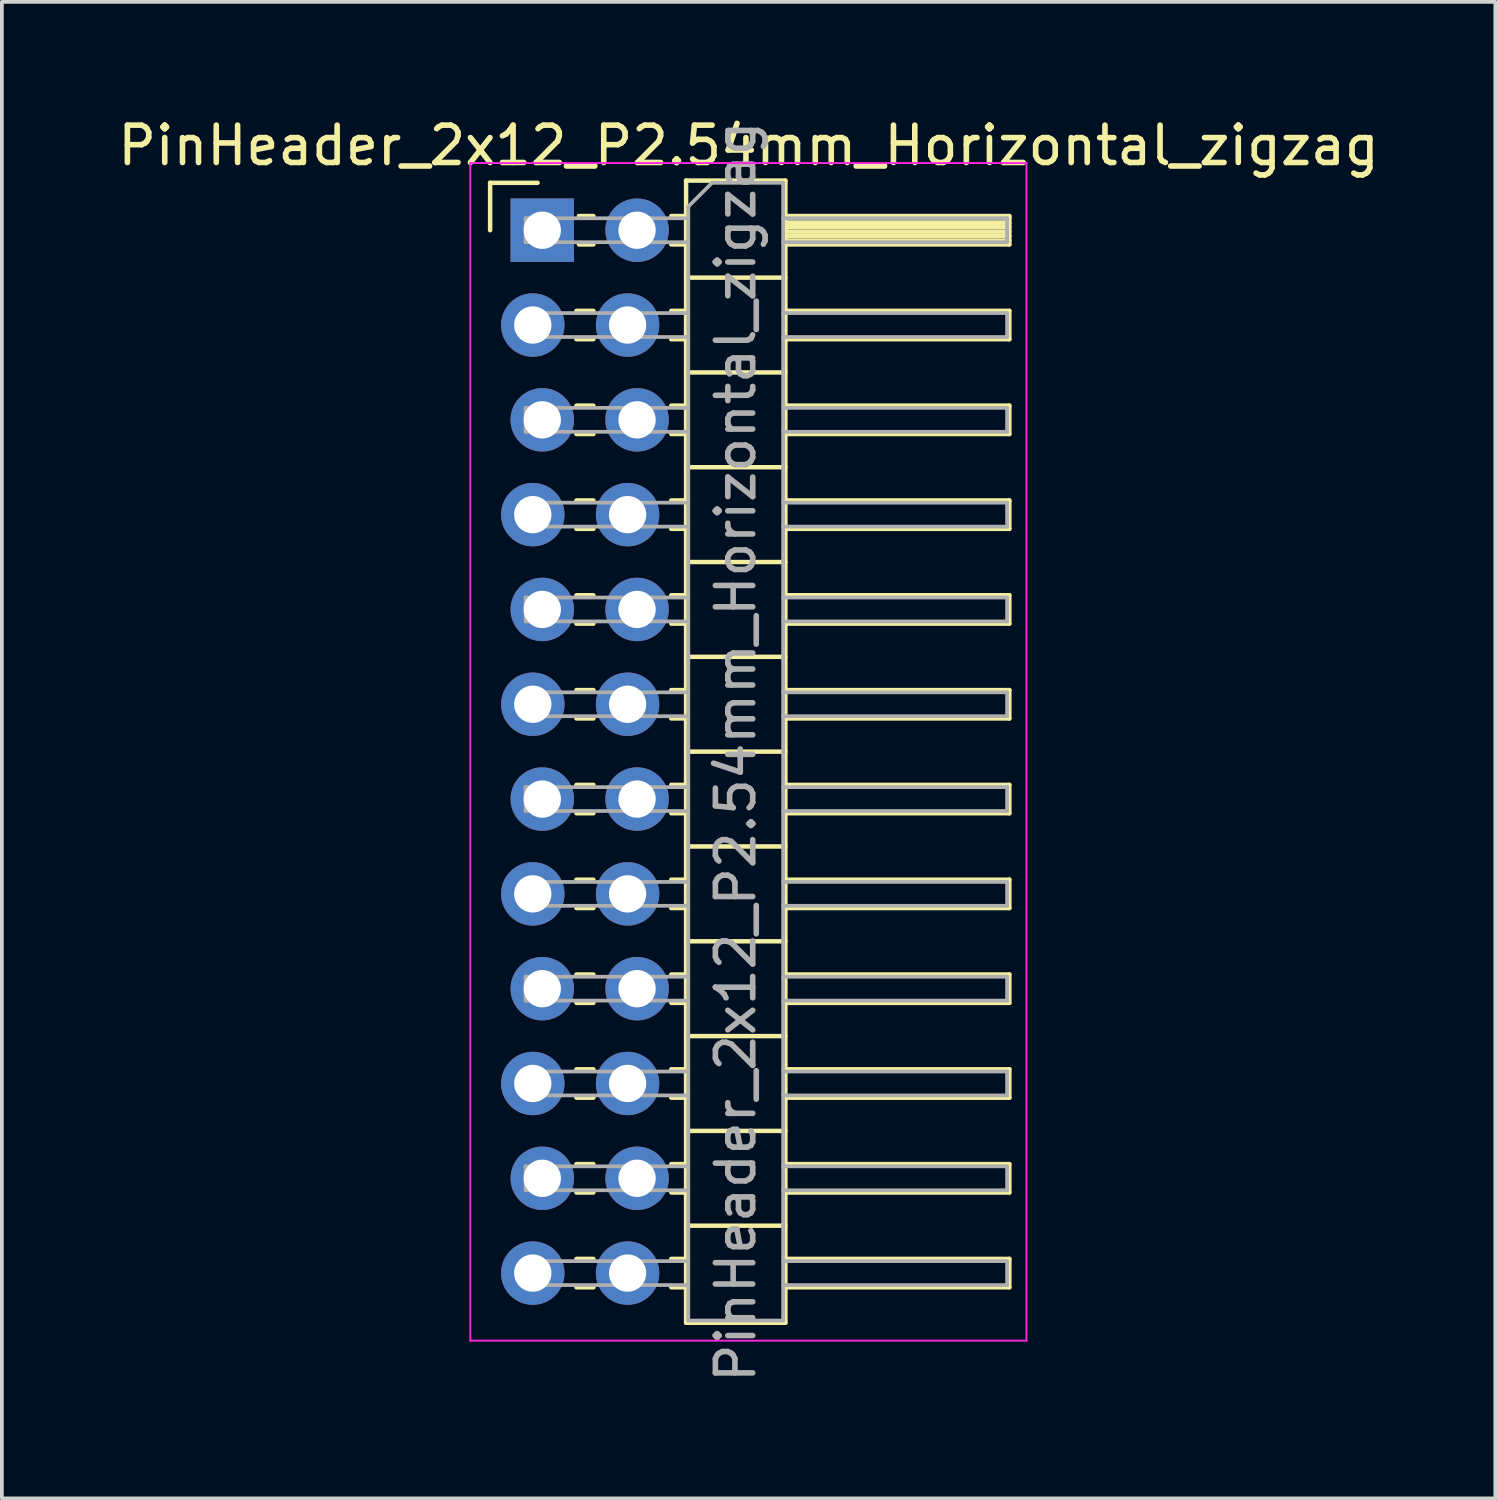
<source format=kicad_pcb>
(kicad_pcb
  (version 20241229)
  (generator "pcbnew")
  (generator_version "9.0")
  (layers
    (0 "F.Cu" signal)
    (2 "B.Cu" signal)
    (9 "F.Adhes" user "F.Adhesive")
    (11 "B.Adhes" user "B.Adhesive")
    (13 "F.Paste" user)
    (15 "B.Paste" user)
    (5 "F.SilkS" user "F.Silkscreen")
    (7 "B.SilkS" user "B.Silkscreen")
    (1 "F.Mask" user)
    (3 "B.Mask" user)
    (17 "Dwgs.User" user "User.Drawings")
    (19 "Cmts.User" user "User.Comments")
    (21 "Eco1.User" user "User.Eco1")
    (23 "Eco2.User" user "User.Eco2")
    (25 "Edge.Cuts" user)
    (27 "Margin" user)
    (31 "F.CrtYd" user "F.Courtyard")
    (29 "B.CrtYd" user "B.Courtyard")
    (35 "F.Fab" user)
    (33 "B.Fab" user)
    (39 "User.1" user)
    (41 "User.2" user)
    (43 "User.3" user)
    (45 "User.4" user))
  (footprint "PinHeader_2x12_P2.54mm_Horizontal_zigzag"
    (layer "F.Cu")
    (at 11.351 3.118)
    (property "Reference" "PinHeader_2x12_P2.54mm_Horizontal_zigzag" (at 5.655 -2.27 0) (layer "F.SilkS") (effects (font (size 1 1) (thickness 0.15))))
    (attr through_hole)
    (fp_line (start -1.27 -1.27) (end 0 -1.27) (stroke (width 0.12) (type solid)) (layer "F.SilkS"))
    (fp_line (start -1.27 0) (end -1.27 -1.27) (stroke (width 0.12) (type solid)) (layer "F.SilkS"))
    (fp_line (start 1.043 2.16) (end 1.497 2.16) (stroke (width 0.12) (type solid)) (layer "F.SilkS"))
    (fp_line (start 1.043 2.92) (end 1.497 2.92) (stroke (width 0.12) (type solid)) (layer "F.SilkS"))
    (fp_line (start 1.043 4.7) (end 1.497 4.7) (stroke (width 0.12) (type solid)) (layer "F.SilkS"))
    (fp_line (start 1.043 5.46) (end 1.497 5.46) (stroke (width 0.12) (type solid)) (layer "F.SilkS"))
    (fp_line (start 1.043 7.24) (end 1.497 7.24) (stroke (width 0.12) (type solid)) (layer "F.SilkS"))
    (fp_line (start 1.043 8) (end 1.497 8) (stroke (width 0.12) (type solid)) (layer "F.SilkS"))
    (fp_line (start 1.043 9.78) (end 1.497 9.78) (stroke (width 0.12) (type solid)) (layer "F.SilkS"))
    (fp_line (start 1.043 10.54) (end 1.497 10.54) (stroke (width 0.12) (type solid)) (layer "F.SilkS"))
    (fp_line (start 1.043 12.32) (end 1.497 12.32) (stroke (width 0.12) (type solid)) (layer "F.SilkS"))
    (fp_line (start 1.043 13.08) (end 1.497 13.08) (stroke (width 0.12) (type solid)) (layer "F.SilkS"))
    (fp_line (start 1.043 14.86) (end 1.497 14.86) (stroke (width 0.12) (type solid)) (layer "F.SilkS"))
    (fp_line (start 1.043 15.62) (end 1.497 15.62) (stroke (width 0.12) (type solid)) (layer "F.SilkS"))
    (fp_line (start 1.043 17.4) (end 1.497 17.4) (stroke (width 0.12) (type solid)) (layer "F.SilkS"))
    (fp_line (start 1.043 18.16) (end 1.497 18.16) (stroke (width 0.12) (type solid)) (layer "F.SilkS"))
    (fp_line (start 1.043 19.94) (end 1.497 19.94) (stroke (width 0.12) (type solid)) (layer "F.SilkS"))
    (fp_line (start 1.043 20.7) (end 1.497 20.7) (stroke (width 0.12) (type solid)) (layer "F.SilkS"))
    (fp_line (start 1.043 22.48) (end 1.497 22.48) (stroke (width 0.12) (type solid)) (layer "F.SilkS"))
    (fp_line (start 1.043 23.24) (end 1.497 23.24) (stroke (width 0.12) (type solid)) (layer "F.SilkS"))
    (fp_line (start 1.043 25.02) (end 1.497 25.02) (stroke (width 0.12) (type solid)) (layer "F.SilkS"))
    (fp_line (start 1.043 25.78) (end 1.497 25.78) (stroke (width 0.12) (type solid)) (layer "F.SilkS"))
    (fp_line (start 1.043 27.56) (end 1.497 27.56) (stroke (width 0.12) (type solid)) (layer "F.SilkS"))
    (fp_line (start 1.043 28.32) (end 1.497 28.32) (stroke (width 0.12) (type solid)) (layer "F.SilkS"))
    (fp_line (start 1.11 -0.38) (end 1.497 -0.38) (stroke (width 0.12) (type solid)) (layer "F.SilkS"))
    (fp_line (start 1.11 0.38) (end 1.497 0.38) (stroke (width 0.12) (type solid)) (layer "F.SilkS"))
    (fp_line (start 3.583 -0.38) (end 3.98 -0.38) (stroke (width 0.12) (type solid)) (layer "F.SilkS"))
    (fp_line (start 3.583 0.38) (end 3.98 0.38) (stroke (width 0.12) (type solid)) (layer "F.SilkS"))
    (fp_line (start 3.583 2.16) (end 3.98 2.16) (stroke (width 0.12) (type solid)) (layer "F.SilkS"))
    (fp_line (start 3.583 2.92) (end 3.98 2.92) (stroke (width 0.12) (type solid)) (layer "F.SilkS"))
    (fp_line (start 3.583 4.7) (end 3.98 4.7) (stroke (width 0.12) (type solid)) (layer "F.SilkS"))
    (fp_line (start 3.583 5.46) (end 3.98 5.46) (stroke (width 0.12) (type solid)) (layer "F.SilkS"))
    (fp_line (start 3.583 7.24) (end 3.98 7.24) (stroke (width 0.12) (type solid)) (layer "F.SilkS"))
    (fp_line (start 3.583 8) (end 3.98 8) (stroke (width 0.12) (type solid)) (layer "F.SilkS"))
    (fp_line (start 3.583 9.78) (end 3.98 9.78) (stroke (width 0.12) (type solid)) (layer "F.SilkS"))
    (fp_line (start 3.583 10.54) (end 3.98 10.54) (stroke (width 0.12) (type solid)) (layer "F.SilkS"))
    (fp_line (start 3.583 12.32) (end 3.98 12.32) (stroke (width 0.12) (type solid)) (layer "F.SilkS"))
    (fp_line (start 3.583 13.08) (end 3.98 13.08) (stroke (width 0.12) (type solid)) (layer "F.SilkS"))
    (fp_line (start 3.583 14.86) (end 3.98 14.86) (stroke (width 0.12) (type solid)) (layer "F.SilkS"))
    (fp_line (start 3.583 15.62) (end 3.98 15.62) (stroke (width 0.12) (type solid)) (layer "F.SilkS"))
    (fp_line (start 3.583 17.4) (end 3.98 17.4) (stroke (width 0.12) (type solid)) (layer "F.SilkS"))
    (fp_line (start 3.583 18.16) (end 3.98 18.16) (stroke (width 0.12) (type solid)) (layer "F.SilkS"))
    (fp_line (start 3.583 19.94) (end 3.98 19.94) (stroke (width 0.12) (type solid)) (layer "F.SilkS"))
    (fp_line (start 3.583 20.7) (end 3.98 20.7) (stroke (width 0.12) (type solid)) (layer "F.SilkS"))
    (fp_line (start 3.583 22.48) (end 3.98 22.48) (stroke (width 0.12) (type solid)) (layer "F.SilkS"))
    (fp_line (start 3.583 23.24) (end 3.98 23.24) (stroke (width 0.12) (type solid)) (layer "F.SilkS"))
    (fp_line (start 3.583 25.02) (end 3.98 25.02) (stroke (width 0.12) (type solid)) (layer "F.SilkS"))
    (fp_line (start 3.583 25.78) (end 3.98 25.78) (stroke (width 0.12) (type solid)) (layer "F.SilkS"))
    (fp_line (start 3.583 27.56) (end 3.98 27.56) (stroke (width 0.12) (type solid)) (layer "F.SilkS"))
    (fp_line (start 3.583 28.32) (end 3.98 28.32) (stroke (width 0.12) (type solid)) (layer "F.SilkS"))
    (fp_line (start 3.98 -1.33) (end 3.98 29.27) (stroke (width 0.12) (type solid)) (layer "F.SilkS"))
    (fp_line (start 3.98 1.27) (end 6.64 1.27) (stroke (width 0.12) (type solid)) (layer "F.SilkS"))
    (fp_line (start 3.98 3.81) (end 6.64 3.81) (stroke (width 0.12) (type solid)) (layer "F.SilkS"))
    (fp_line (start 3.98 6.35) (end 6.64 6.35) (stroke (width 0.12) (type solid)) (layer "F.SilkS"))
    (fp_line (start 3.98 8.89) (end 6.64 8.89) (stroke (width 0.12) (type solid)) (layer "F.SilkS"))
    (fp_line (start 3.98 11.43) (end 6.64 11.43) (stroke (width 0.12) (type solid)) (layer "F.SilkS"))
    (fp_line (start 3.98 13.97) (end 6.64 13.97) (stroke (width 0.12) (type solid)) (layer "F.SilkS"))
    (fp_line (start 3.98 16.51) (end 6.64 16.51) (stroke (width 0.12) (type solid)) (layer "F.SilkS"))
    (fp_line (start 3.98 19.05) (end 6.64 19.05) (stroke (width 0.12) (type solid)) (layer "F.SilkS"))
    (fp_line (start 3.98 21.59) (end 6.64 21.59) (stroke (width 0.12) (type solid)) (layer "F.SilkS"))
    (fp_line (start 3.98 24.13) (end 6.64 24.13) (stroke (width 0.12) (type solid)) (layer "F.SilkS"))
    (fp_line (start 3.98 26.67) (end 6.64 26.67) (stroke (width 0.12) (type solid)) (layer "F.SilkS"))
    (fp_line (start 3.98 29.27) (end 6.64 29.27) (stroke (width 0.12) (type solid)) (layer "F.SilkS"))
    (fp_line (start 6.64 -1.33) (end 3.98 -1.33) (stroke (width 0.12) (type solid)) (layer "F.SilkS"))
    (fp_line (start 6.64 -0.38) (end 12.64 -0.38) (stroke (width 0.12) (type solid)) (layer "F.SilkS"))
    (fp_line (start 6.64 -0.32) (end 12.64 -0.32) (stroke (width 0.12) (type solid)) (layer "F.SilkS"))
    (fp_line (start 6.64 -0.2) (end 12.64 -0.2) (stroke (width 0.12) (type solid)) (layer "F.SilkS"))
    (fp_line (start 6.64 -0.08) (end 12.64 -0.08) (stroke (width 0.12) (type solid)) (layer "F.SilkS"))
    (fp_line (start 6.64 0.04) (end 12.64 0.04) (stroke (width 0.12) (type solid)) (layer "F.SilkS"))
    (fp_line (start 6.64 0.16) (end 12.64 0.16) (stroke (width 0.12) (type solid)) (layer "F.SilkS"))
    (fp_line (start 6.64 0.28) (end 12.64 0.28) (stroke (width 0.12) (type solid)) (layer "F.SilkS"))
    (fp_line (start 6.64 2.16) (end 12.64 2.16) (stroke (width 0.12) (type solid)) (layer "F.SilkS"))
    (fp_line (start 6.64 4.7) (end 12.64 4.7) (stroke (width 0.12) (type solid)) (layer "F.SilkS"))
    (fp_line (start 6.64 7.24) (end 12.64 7.24) (stroke (width 0.12) (type solid)) (layer "F.SilkS"))
    (fp_line (start 6.64 9.78) (end 12.64 9.78) (stroke (width 0.12) (type solid)) (layer "F.SilkS"))
    (fp_line (start 6.64 12.32) (end 12.64 12.32) (stroke (width 0.12) (type solid)) (layer "F.SilkS"))
    (fp_line (start 6.64 14.86) (end 12.64 14.86) (stroke (width 0.12) (type solid)) (layer "F.SilkS"))
    (fp_line (start 6.64 17.4) (end 12.64 17.4) (stroke (width 0.12) (type solid)) (layer "F.SilkS"))
    (fp_line (start 6.64 19.94) (end 12.64 19.94) (stroke (width 0.12) (type solid)) (layer "F.SilkS"))
    (fp_line (start 6.64 22.48) (end 12.64 22.48) (stroke (width 0.12) (type solid)) (layer "F.SilkS"))
    (fp_line (start 6.64 25.02) (end 12.64 25.02) (stroke (width 0.12) (type solid)) (layer "F.SilkS"))
    (fp_line (start 6.64 27.56) (end 12.64 27.56) (stroke (width 0.12) (type solid)) (layer "F.SilkS"))
    (fp_line (start 6.64 29.27) (end 6.64 -1.33) (stroke (width 0.12) (type solid)) (layer "F.SilkS"))
    (fp_line (start 12.64 -0.38) (end 12.64 0.38) (stroke (width 0.12) (type solid)) (layer "F.SilkS"))
    (fp_line (start 12.64 0.38) (end 6.64 0.38) (stroke (width 0.12) (type solid)) (layer "F.SilkS"))
    (fp_line (start 12.64 2.16) (end 12.64 2.92) (stroke (width 0.12) (type solid)) (layer "F.SilkS"))
    (fp_line (start 12.64 2.92) (end 6.64 2.92) (stroke (width 0.12) (type solid)) (layer "F.SilkS"))
    (fp_line (start 12.64 4.7) (end 12.64 5.46) (stroke (width 0.12) (type solid)) (layer "F.SilkS"))
    (fp_line (start 12.64 5.46) (end 6.64 5.46) (stroke (width 0.12) (type solid)) (layer "F.SilkS"))
    (fp_line (start 12.64 7.24) (end 12.64 8) (stroke (width 0.12) (type solid)) (layer "F.SilkS"))
    (fp_line (start 12.64 8) (end 6.64 8) (stroke (width 0.12) (type solid)) (layer "F.SilkS"))
    (fp_line (start 12.64 9.78) (end 12.64 10.54) (stroke (width 0.12) (type solid)) (layer "F.SilkS"))
    (fp_line (start 12.64 10.54) (end 6.64 10.54) (stroke (width 0.12) (type solid)) (layer "F.SilkS"))
    (fp_line (start 12.64 12.32) (end 12.64 13.08) (stroke (width 0.12) (type solid)) (layer "F.SilkS"))
    (fp_line (start 12.64 13.08) (end 6.64 13.08) (stroke (width 0.12) (type solid)) (layer "F.SilkS"))
    (fp_line (start 12.64 14.86) (end 12.64 15.62) (stroke (width 0.12) (type solid)) (layer "F.SilkS"))
    (fp_line (start 12.64 15.62) (end 6.64 15.62) (stroke (width 0.12) (type solid)) (layer "F.SilkS"))
    (fp_line (start 12.64 17.4) (end 12.64 18.16) (stroke (width 0.12) (type solid)) (layer "F.SilkS"))
    (fp_line (start 12.64 18.16) (end 6.64 18.16) (stroke (width 0.12) (type solid)) (layer "F.SilkS"))
    (fp_line (start 12.64 19.94) (end 12.64 20.7) (stroke (width 0.12) (type solid)) (layer "F.SilkS"))
    (fp_line (start 12.64 20.7) (end 6.64 20.7) (stroke (width 0.12) (type solid)) (layer "F.SilkS"))
    (fp_line (start 12.64 22.48) (end 12.64 23.24) (stroke (width 0.12) (type solid)) (layer "F.SilkS"))
    (fp_line (start 12.64 23.24) (end 6.64 23.24) (stroke (width 0.12) (type solid)) (layer "F.SilkS"))
    (fp_line (start 12.64 25.02) (end 12.64 25.78) (stroke (width 0.12) (type solid)) (layer "F.SilkS"))
    (fp_line (start 12.64 25.78) (end 6.64 25.78) (stroke (width 0.12) (type solid)) (layer "F.SilkS"))
    (fp_line (start 12.64 27.56) (end 12.64 28.32) (stroke (width 0.12) (type solid)) (layer "F.SilkS"))
    (fp_line (start 12.64 28.32) (end 6.64 28.32) (stroke (width 0.12) (type solid)) (layer "F.SilkS"))
    (fp_line (start -1.8 -1.8) (end -1.8 29.75) (stroke (width 0.05) (type solid)) (layer "F.CrtYd"))
    (fp_line (start -1.8 29.75) (end 13.1 29.75) (stroke (width 0.05) (type solid)) (layer "F.CrtYd"))
    (fp_line (start 13.1 -1.8) (end -1.8 -1.8) (stroke (width 0.05) (type solid)) (layer "F.CrtYd"))
    (fp_line (start 13.1 29.75) (end 13.1 -1.8) (stroke (width 0.05) (type solid)) (layer "F.CrtYd"))
    (fp_line (start -0.32 -0.32) (end -0.32 0.32) (stroke (width 0.1) (type solid)) (layer "F.Fab"))
    (fp_line (start -0.32 -0.32) (end 4.04 -0.32) (stroke (width 0.1) (type solid)) (layer "F.Fab"))
    (fp_line (start -0.32 0.32) (end 4.04 0.32) (stroke (width 0.1) (type solid)) (layer "F.Fab"))
    (fp_line (start -0.32 2.22) (end -0.32 2.86) (stroke (width 0.1) (type solid)) (layer "F.Fab"))
    (fp_line (start -0.32 2.22) (end 4.04 2.22) (stroke (width 0.1) (type solid)) (layer "F.Fab"))
    (fp_line (start -0.32 2.86) (end 4.04 2.86) (stroke (width 0.1) (type solid)) (layer "F.Fab"))
    (fp_line (start -0.32 4.76) (end -0.32 5.4) (stroke (width 0.1) (type solid)) (layer "F.Fab"))
    (fp_line (start -0.32 4.76) (end 4.04 4.76) (stroke (width 0.1) (type solid)) (layer "F.Fab"))
    (fp_line (start -0.32 5.4) (end 4.04 5.4) (stroke (width 0.1) (type solid)) (layer "F.Fab"))
    (fp_line (start -0.32 7.3) (end -0.32 7.94) (stroke (width 0.1) (type solid)) (layer "F.Fab"))
    (fp_line (start -0.32 7.3) (end 4.04 7.3) (stroke (width 0.1) (type solid)) (layer "F.Fab"))
    (fp_line (start -0.32 7.94) (end 4.04 7.94) (stroke (width 0.1) (type solid)) (layer "F.Fab"))
    (fp_line (start -0.32 9.84) (end -0.32 10.48) (stroke (width 0.1) (type solid)) (layer "F.Fab"))
    (fp_line (start -0.32 9.84) (end 4.04 9.84) (stroke (width 0.1) (type solid)) (layer "F.Fab"))
    (fp_line (start -0.32 10.48) (end 4.04 10.48) (stroke (width 0.1) (type solid)) (layer "F.Fab"))
    (fp_line (start -0.32 12.38) (end -0.32 13.02) (stroke (width 0.1) (type solid)) (layer "F.Fab"))
    (fp_line (start -0.32 12.38) (end 4.04 12.38) (stroke (width 0.1) (type solid)) (layer "F.Fab"))
    (fp_line (start -0.32 13.02) (end 4.04 13.02) (stroke (width 0.1) (type solid)) (layer "F.Fab"))
    (fp_line (start -0.32 14.92) (end -0.32 15.56) (stroke (width 0.1) (type solid)) (layer "F.Fab"))
    (fp_line (start -0.32 14.92) (end 4.04 14.92) (stroke (width 0.1) (type solid)) (layer "F.Fab"))
    (fp_line (start -0.32 15.56) (end 4.04 15.56) (stroke (width 0.1) (type solid)) (layer "F.Fab"))
    (fp_line (start -0.32 17.46) (end -0.32 18.1) (stroke (width 0.1) (type solid)) (layer "F.Fab"))
    (fp_line (start -0.32 17.46) (end 4.04 17.46) (stroke (width 0.1) (type solid)) (layer "F.Fab"))
    (fp_line (start -0.32 18.1) (end 4.04 18.1) (stroke (width 0.1) (type solid)) (layer "F.Fab"))
    (fp_line (start -0.32 20) (end -0.32 20.64) (stroke (width 0.1) (type solid)) (layer "F.Fab"))
    (fp_line (start -0.32 20) (end 4.04 20) (stroke (width 0.1) (type solid)) (layer "F.Fab"))
    (fp_line (start -0.32 20.64) (end 4.04 20.64) (stroke (width 0.1) (type solid)) (layer "F.Fab"))
    (fp_line (start -0.32 22.54) (end -0.32 23.18) (stroke (width 0.1) (type solid)) (layer "F.Fab"))
    (fp_line (start -0.32 22.54) (end 4.04 22.54) (stroke (width 0.1) (type solid)) (layer "F.Fab"))
    (fp_line (start -0.32 23.18) (end 4.04 23.18) (stroke (width 0.1) (type solid)) (layer "F.Fab"))
    (fp_line (start -0.32 25.08) (end -0.32 25.72) (stroke (width 0.1) (type solid)) (layer "F.Fab"))
    (fp_line (start -0.32 25.08) (end 4.04 25.08) (stroke (width 0.1) (type solid)) (layer "F.Fab"))
    (fp_line (start -0.32 25.72) (end 4.04 25.72) (stroke (width 0.1) (type solid)) (layer "F.Fab"))
    (fp_line (start -0.32 27.62) (end -0.32 28.26) (stroke (width 0.1) (type solid)) (layer "F.Fab"))
    (fp_line (start -0.32 27.62) (end 4.04 27.62) (stroke (width 0.1) (type solid)) (layer "F.Fab"))
    (fp_line (start -0.32 28.26) (end 4.04 28.26) (stroke (width 0.1) (type solid)) (layer "F.Fab"))
    (fp_line (start 4.04 -0.635) (end 4.675 -1.27) (stroke (width 0.1) (type solid)) (layer "F.Fab"))
    (fp_line (start 4.04 29.21) (end 4.04 -0.635) (stroke (width 0.1) (type solid)) (layer "F.Fab"))
    (fp_line (start 4.675 -1.27) (end 6.58 -1.27) (stroke (width 0.1) (type solid)) (layer "F.Fab"))
    (fp_line (start 6.58 -1.27) (end 6.58 29.21) (stroke (width 0.1) (type solid)) (layer "F.Fab"))
    (fp_line (start 6.58 -0.32) (end 12.58 -0.32) (stroke (width 0.1) (type solid)) (layer "F.Fab"))
    (fp_line (start 6.58 0.32) (end 12.58 0.32) (stroke (width 0.1) (type solid)) (layer "F.Fab"))
    (fp_line (start 6.58 2.22) (end 12.58 2.22) (stroke (width 0.1) (type solid)) (layer "F.Fab"))
    (fp_line (start 6.58 2.86) (end 12.58 2.86) (stroke (width 0.1) (type solid)) (layer "F.Fab"))
    (fp_line (start 6.58 4.76) (end 12.58 4.76) (stroke (width 0.1) (type solid)) (layer "F.Fab"))
    (fp_line (start 6.58 5.4) (end 12.58 5.4) (stroke (width 0.1) (type solid)) (layer "F.Fab"))
    (fp_line (start 6.58 7.3) (end 12.58 7.3) (stroke (width 0.1) (type solid)) (layer "F.Fab"))
    (fp_line (start 6.58 7.94) (end 12.58 7.94) (stroke (width 0.1) (type solid)) (layer "F.Fab"))
    (fp_line (start 6.58 9.84) (end 12.58 9.84) (stroke (width 0.1) (type solid)) (layer "F.Fab"))
    (fp_line (start 6.58 10.48) (end 12.58 10.48) (stroke (width 0.1) (type solid)) (layer "F.Fab"))
    (fp_line (start 6.58 12.38) (end 12.58 12.38) (stroke (width 0.1) (type solid)) (layer "F.Fab"))
    (fp_line (start 6.58 13.02) (end 12.58 13.02) (stroke (width 0.1) (type solid)) (layer "F.Fab"))
    (fp_line (start 6.58 14.92) (end 12.58 14.92) (stroke (width 0.1) (type solid)) (layer "F.Fab"))
    (fp_line (start 6.58 15.56) (end 12.58 15.56) (stroke (width 0.1) (type solid)) (layer "F.Fab"))
    (fp_line (start 6.58 17.46) (end 12.58 17.46) (stroke (width 0.1) (type solid)) (layer "F.Fab"))
    (fp_line (start 6.58 18.1) (end 12.58 18.1) (stroke (width 0.1) (type solid)) (layer "F.Fab"))
    (fp_line (start 6.58 20) (end 12.58 20) (stroke (width 0.1) (type solid)) (layer "F.Fab"))
    (fp_line (start 6.58 20.64) (end 12.58 20.64) (stroke (width 0.1) (type solid)) (layer "F.Fab"))
    (fp_line (start 6.58 22.54) (end 12.58 22.54) (stroke (width 0.1) (type solid)) (layer "F.Fab"))
    (fp_line (start 6.58 23.18) (end 12.58 23.18) (stroke (width 0.1) (type solid)) (layer "F.Fab"))
    (fp_line (start 6.58 25.08) (end 12.58 25.08) (stroke (width 0.1) (type solid)) (layer "F.Fab"))
    (fp_line (start 6.58 25.72) (end 12.58 25.72) (stroke (width 0.1) (type solid)) (layer "F.Fab"))
    (fp_line (start 6.58 27.62) (end 12.58 27.62) (stroke (width 0.1) (type solid)) (layer "F.Fab"))
    (fp_line (start 6.58 28.26) (end 12.58 28.26) (stroke (width 0.1) (type solid)) (layer "F.Fab"))
    (fp_line (start 6.58 29.21) (end 4.04 29.21) (stroke (width 0.1) (type solid)) (layer "F.Fab"))
    (fp_line (start 12.58 -0.32) (end 12.58 0.32) (stroke (width 0.1) (type solid)) (layer "F.Fab"))
    (fp_line (start 12.58 2.22) (end 12.58 2.86) (stroke (width 0.1) (type solid)) (layer "F.Fab"))
    (fp_line (start 12.58 4.76) (end 12.58 5.4) (stroke (width 0.1) (type solid)) (layer "F.Fab"))
    (fp_line (start 12.58 7.3) (end 12.58 7.94) (stroke (width 0.1) (type solid)) (layer "F.Fab"))
    (fp_line (start 12.58 9.84) (end 12.58 10.48) (stroke (width 0.1) (type solid)) (layer "F.Fab"))
    (fp_line (start 12.58 12.38) (end 12.58 13.02) (stroke (width 0.1) (type solid)) (layer "F.Fab"))
    (fp_line (start 12.58 14.92) (end 12.58 15.56) (stroke (width 0.1) (type solid)) (layer "F.Fab"))
    (fp_line (start 12.58 17.46) (end 12.58 18.1) (stroke (width 0.1) (type solid)) (layer "F.Fab"))
    (fp_line (start 12.58 20) (end 12.58 20.64) (stroke (width 0.1) (type solid)) (layer "F.Fab"))
    (fp_line (start 12.58 22.54) (end 12.58 23.18) (stroke (width 0.1) (type solid)) (layer "F.Fab"))
    (fp_line (start 12.58 25.08) (end 12.58 25.72) (stroke (width 0.1) (type solid)) (layer "F.Fab"))
    (fp_line (start 12.58 27.62) (end 12.58 28.26) (stroke (width 0.1) (type solid)) (layer "F.Fab"))
    (fp_text user "${REFERENCE}" (at 5.31 13.97 90) (layer "F.Fab") (effects (font (size 1 1) (thickness 0.15))))
    (pad "1" thru_hole rect (at 0.127 0) (size 1.7 1.7) (drill 1) (layers "*.Cu" "*.Mask"))
    (pad "2" thru_hole oval (at 2.667 0) (size 1.7 1.7) (drill 1) (layers "*.Cu" "*.Mask"))
    (pad "3" thru_hole oval (at -0.127 2.54) (size 1.7 1.7) (drill 1) (layers "*.Cu" "*.Mask"))
    (pad "4" thru_hole oval (at 2.413 2.54) (size 1.7 1.7) (drill 1) (layers "*.Cu" "*.Mask"))
    (pad "5" thru_hole oval (at 0.127 5.08) (size 1.7 1.7) (drill 1) (layers "*.Cu" "*.Mask"))
    (pad "6" thru_hole oval (at 2.667 5.08) (size 1.7 1.7) (drill 1) (layers "*.Cu" "*.Mask"))
    (pad "7" thru_hole oval (at -0.127 7.62) (size 1.7 1.7) (drill 1) (layers "*.Cu" "*.Mask"))
    (pad "8" thru_hole oval (at 2.413 7.62) (size 1.7 1.7) (drill 1) (layers "*.Cu" "*.Mask"))
    (pad "9" thru_hole oval (at 0.127 10.16) (size 1.7 1.7) (drill 1) (layers "*.Cu" "*.Mask"))
    (pad "10" thru_hole oval (at 2.667 10.16) (size 1.7 1.7) (drill 1) (layers "*.Cu" "*.Mask"))
    (pad "11" thru_hole oval (at -0.127 12.7) (size 1.7 1.7) (drill 1) (layers "*.Cu" "*.Mask"))
    (pad "12" thru_hole oval (at 2.413 12.7) (size 1.7 1.7) (drill 1) (layers "*.Cu" "*.Mask"))
    (pad "13" thru_hole oval (at 0.127 15.24) (size 1.7 1.7) (drill 1) (layers "*.Cu" "*.Mask"))
    (pad "14" thru_hole oval (at 2.667 15.24) (size 1.7 1.7) (drill 1) (layers "*.Cu" "*.Mask"))
    (pad "15" thru_hole oval (at -0.127 17.78) (size 1.7 1.7) (drill 1) (layers "*.Cu" "*.Mask"))
    (pad "16" thru_hole oval (at 2.413 17.78) (size 1.7 1.7) (drill 1) (layers "*.Cu" "*.Mask"))
    (pad "17" thru_hole oval (at 0.127 20.32) (size 1.7 1.7) (drill 1) (layers "*.Cu" "*.Mask"))
    (pad "18" thru_hole oval (at 2.667 20.32) (size 1.7 1.7) (drill 1) (layers "*.Cu" "*.Mask"))
    (pad "19" thru_hole oval (at -0.127 22.86) (size 1.7 1.7) (drill 1) (layers "*.Cu" "*.Mask"))
    (pad "20" thru_hole oval (at 2.413 22.86) (size 1.7 1.7) (drill 1) (layers "*.Cu" "*.Mask"))
    (pad "21" thru_hole oval (at 0.127 25.4) (size 1.7 1.7) (drill 1) (layers "*.Cu" "*.Mask"))
    (pad "22" thru_hole oval (at 2.667 25.4) (size 1.7 1.7) (drill 1) (layers "*.Cu" "*.Mask"))
    (pad "23" thru_hole oval (at -0.127 27.94) (size 1.7 1.7) (drill 1) (layers "*.Cu" "*.Mask"))
    (pad "24" thru_hole oval (at 2.413 27.94) (size 1.7 1.7) (drill 1) (layers "*.Cu" "*.Mask")))
  (gr_rect
    (start -3 -3)
    (end 37.012 37.094)
    (stroke (width 0.1) (type default))
    (fill no)
    (layer "Edge.Cuts")))
</source>
